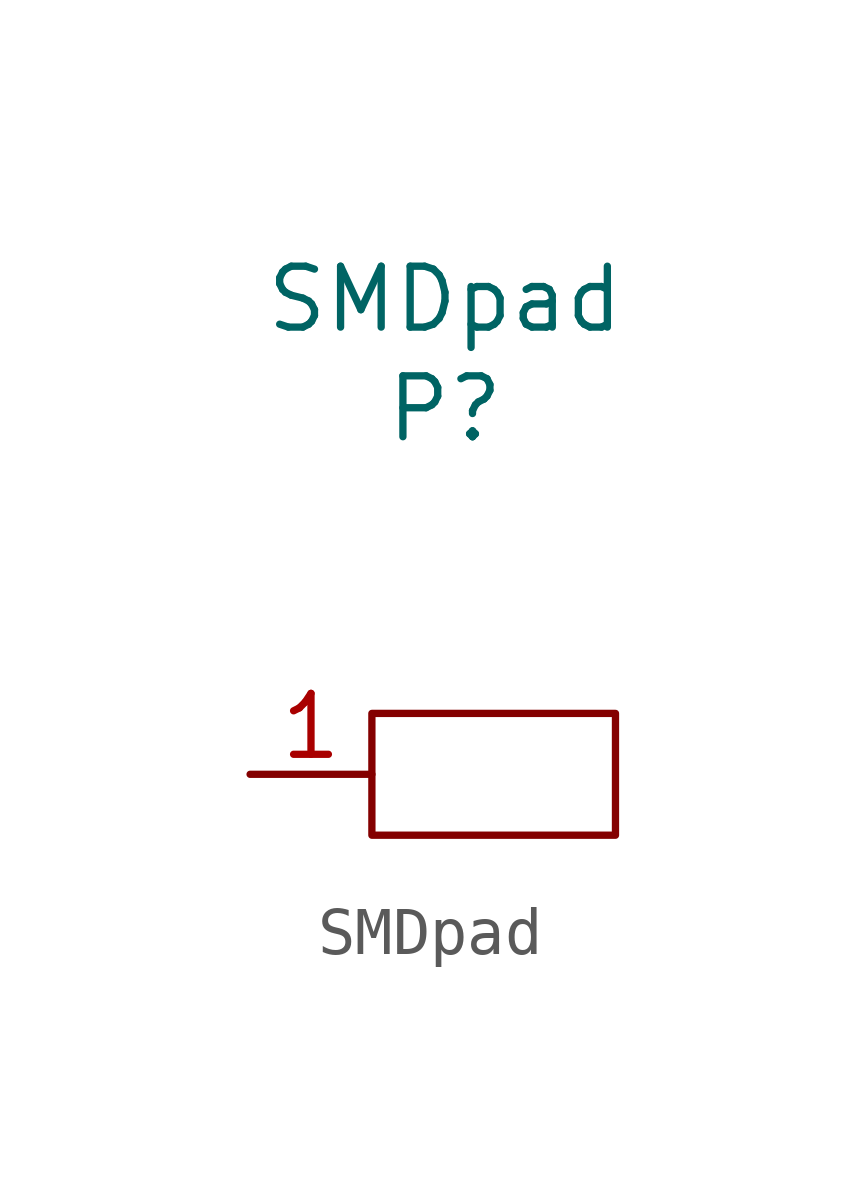
<source format=kicad_sym>
(kicad_symbol_lib
  (version 20231120)
  (generator "kicad_symbol_editor")
  (generator_version "8.0")
  (symbol "SMDpad"
    (property "Reference" "P"
      (at 0.254 7.62 0)
      (effects (font (size 1.27 1.27))))
    (property "Value" "SMDpad"
      (at 0.254 9.906 0)
      (effects (font (size 1.27 1.27))))
    (symbol "SMDpad_0_1"
      (rectangle (start -1.27 1.27) (end 3.81 -1.27) (stroke (width 0) (type default)) (fill (type none))))
    (symbol "SMDpad_1_1"
      (pin unspecified line (at -3.81 0 0) (length 2.54) (name "" (effects (font (size 1.27 1.27)))) (number "1" (effects (font (size 1.27 1.27))))))))
</source>
